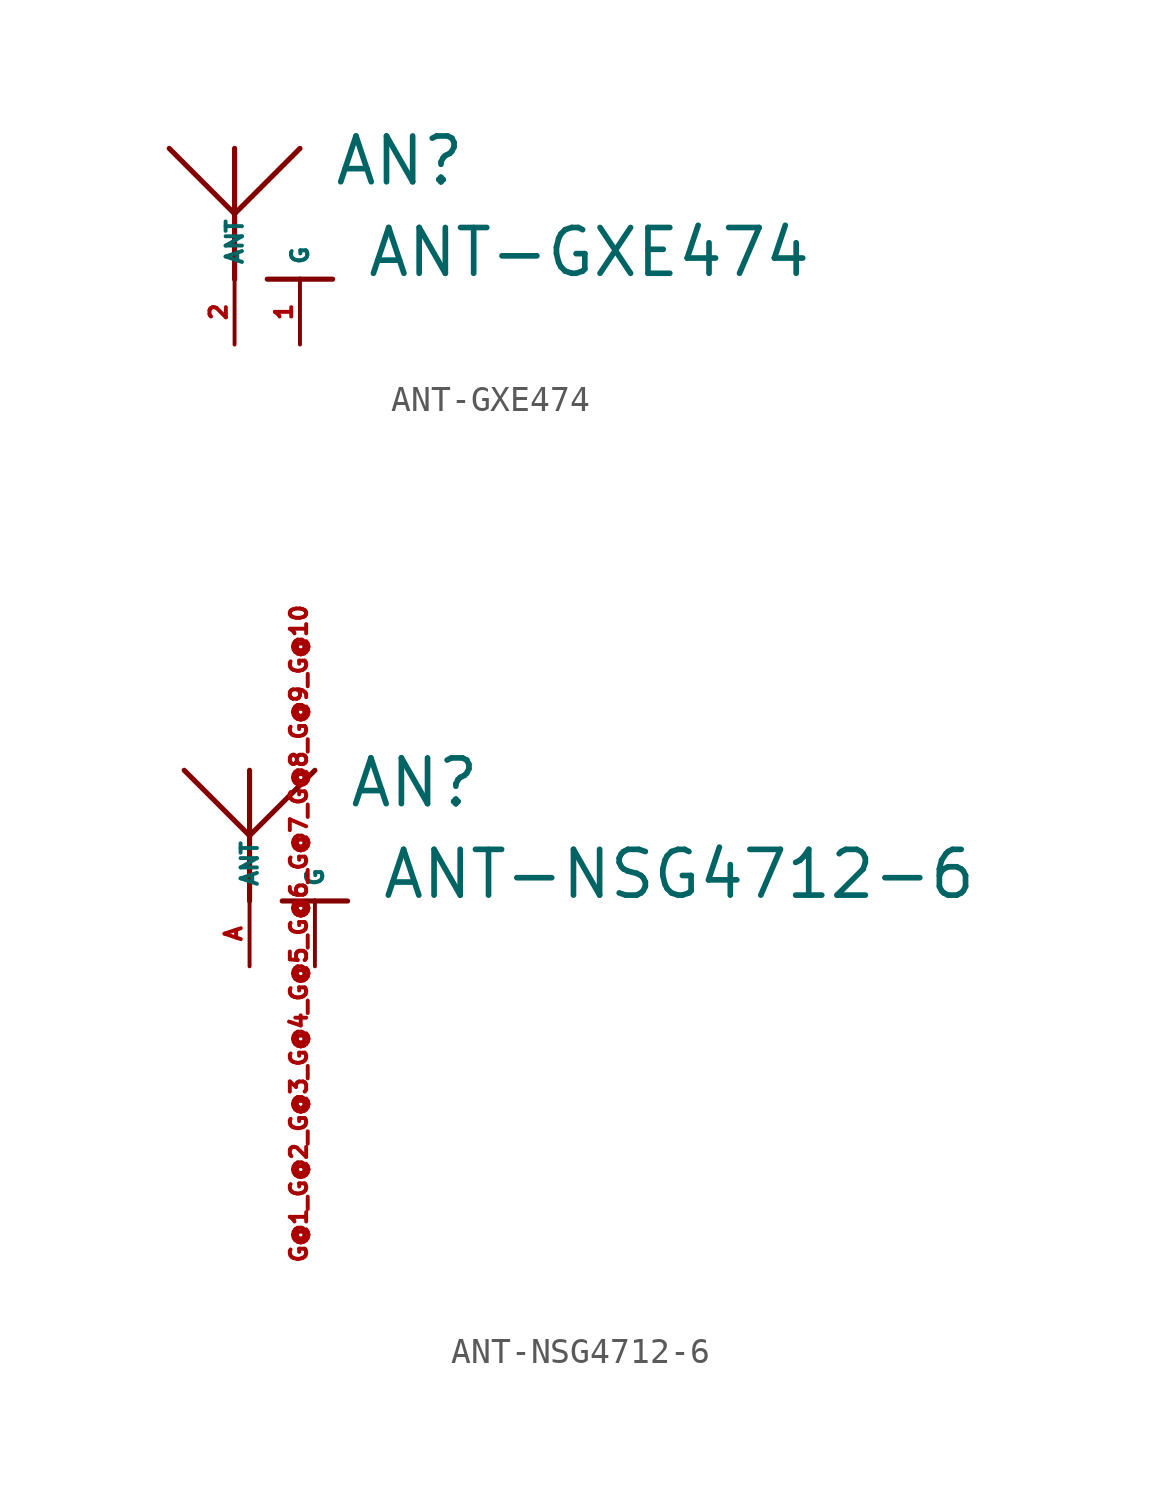
<source format=kicad_sym>
(kicad_symbol_lib
  (version 20220914)
  (generator Eagle2Kicad)
  (symbol "ANT-GXE474"
    (property "Reference" "AN"
      (at 3.81 3.556 0)
      (effects (font (size 1.778 1.778) (thickness 0.22)) (justify left bottom)))
    (property "Value" "ANT-GXE474"
      (at 5.08 0 0)
      (effects (font (size 1.778 1.778) (thickness 0.22)) (justify left bottom)))
    (polyline
      (pts (xy 0 0) (xy 0 2.54))
      (stroke (width 0.2) (type default))
      (fill (type none)))
    (polyline
      (pts (xy 0 2.54) (xy 2.54 5.08))
      (stroke (width 0.2) (type default))
      (fill (type none)))
    (polyline
      (pts (xy 0 2.54) (xy -2.54 5.08))
      (stroke (width 0.2) (type default))
      (fill (type none)))
    (polyline
      (pts (xy 0 2.54) (xy 0 5.08))
      (stroke (width 0.2) (type default))
      (fill (type none)))
    (polyline
      (pts (xy 2.54 0) (xy 1.27 0))
      (stroke (width 0.2) (type default))
      (fill (type none)))
    (polyline
      (pts (xy 2.54 0) (xy 3.81 0))
      (stroke (width 0.2) (type default))
      (fill (type none)))
    (pin passive line
      (at 0 -2.54 90)
      (length 2.54)
      (name "ANT" (effects (font (size 0.635 0.635) (thickness 0.08)) (justify left bottom)))
      (number "2" (effects (font (size 0.635 0.635) (thickness 0.08)) (justify left bottom))))
    (pin passive line
      (at 2.54 -2.54 90)
      (length 2.54)
      (name "G" (effects (font (size 0.635 0.635) (thickness 0.08)) (justify left bottom)))
      (number "1" (effects (font (size 0.635 0.635) (thickness 0.08)) (justify left bottom)))))
  (symbol "ANT-NSG4712-6"
    (property "Reference" "AN"
      (at 3.81 3.556 0)
      (effects (font (size 1.778 1.778) (thickness 0.22)) (justify left bottom)))
    (property "Value" "ANT-NSG4712-6"
      (at 5.08 0 0)
      (effects (font (size 1.778 1.778) (thickness 0.22)) (justify left bottom)))
    (polyline
      (pts (xy 0 0) (xy 0 2.54))
      (stroke (width 0.2) (type default))
      (fill (type none)))
    (polyline
      (pts (xy 0 2.54) (xy 2.54 5.08))
      (stroke (width 0.2) (type default))
      (fill (type none)))
    (polyline
      (pts (xy 0 2.54) (xy -2.54 5.08))
      (stroke (width 0.2) (type default))
      (fill (type none)))
    (polyline
      (pts (xy 0 2.54) (xy 0 5.08))
      (stroke (width 0.2) (type default))
      (fill (type none)))
    (polyline
      (pts (xy 2.54 0) (xy 1.27 0))
      (stroke (width 0.2) (type default))
      (fill (type none)))
    (polyline
      (pts (xy 2.54 0) (xy 3.81 0))
      (stroke (width 0.2) (type default))
      (fill (type none)))
    (pin passive line
      (at 0 -2.54 90)
      (length 2.54)
      (name "ANT" (effects (font (size 0.635 0.635) (thickness 0.08)) (justify left bottom)))
      (number "A" (effects (font (size 0.635 0.635) (thickness 0.08)) (justify left bottom))))
    (pin passive line
      (at 2.54 -2.54 90)
      (length 2.54)
      (name "G" (effects (font (size 0.635 0.635) (thickness 0.08)) (justify left bottom)))
      (number "G@1 G@2 G@3 G@4 G@5 G@6 G@7 G@8 G@9 G@10" (effects (font (size 0.635 0.635) (thickness 0.08)) (justify left bottom))))))
</source>
